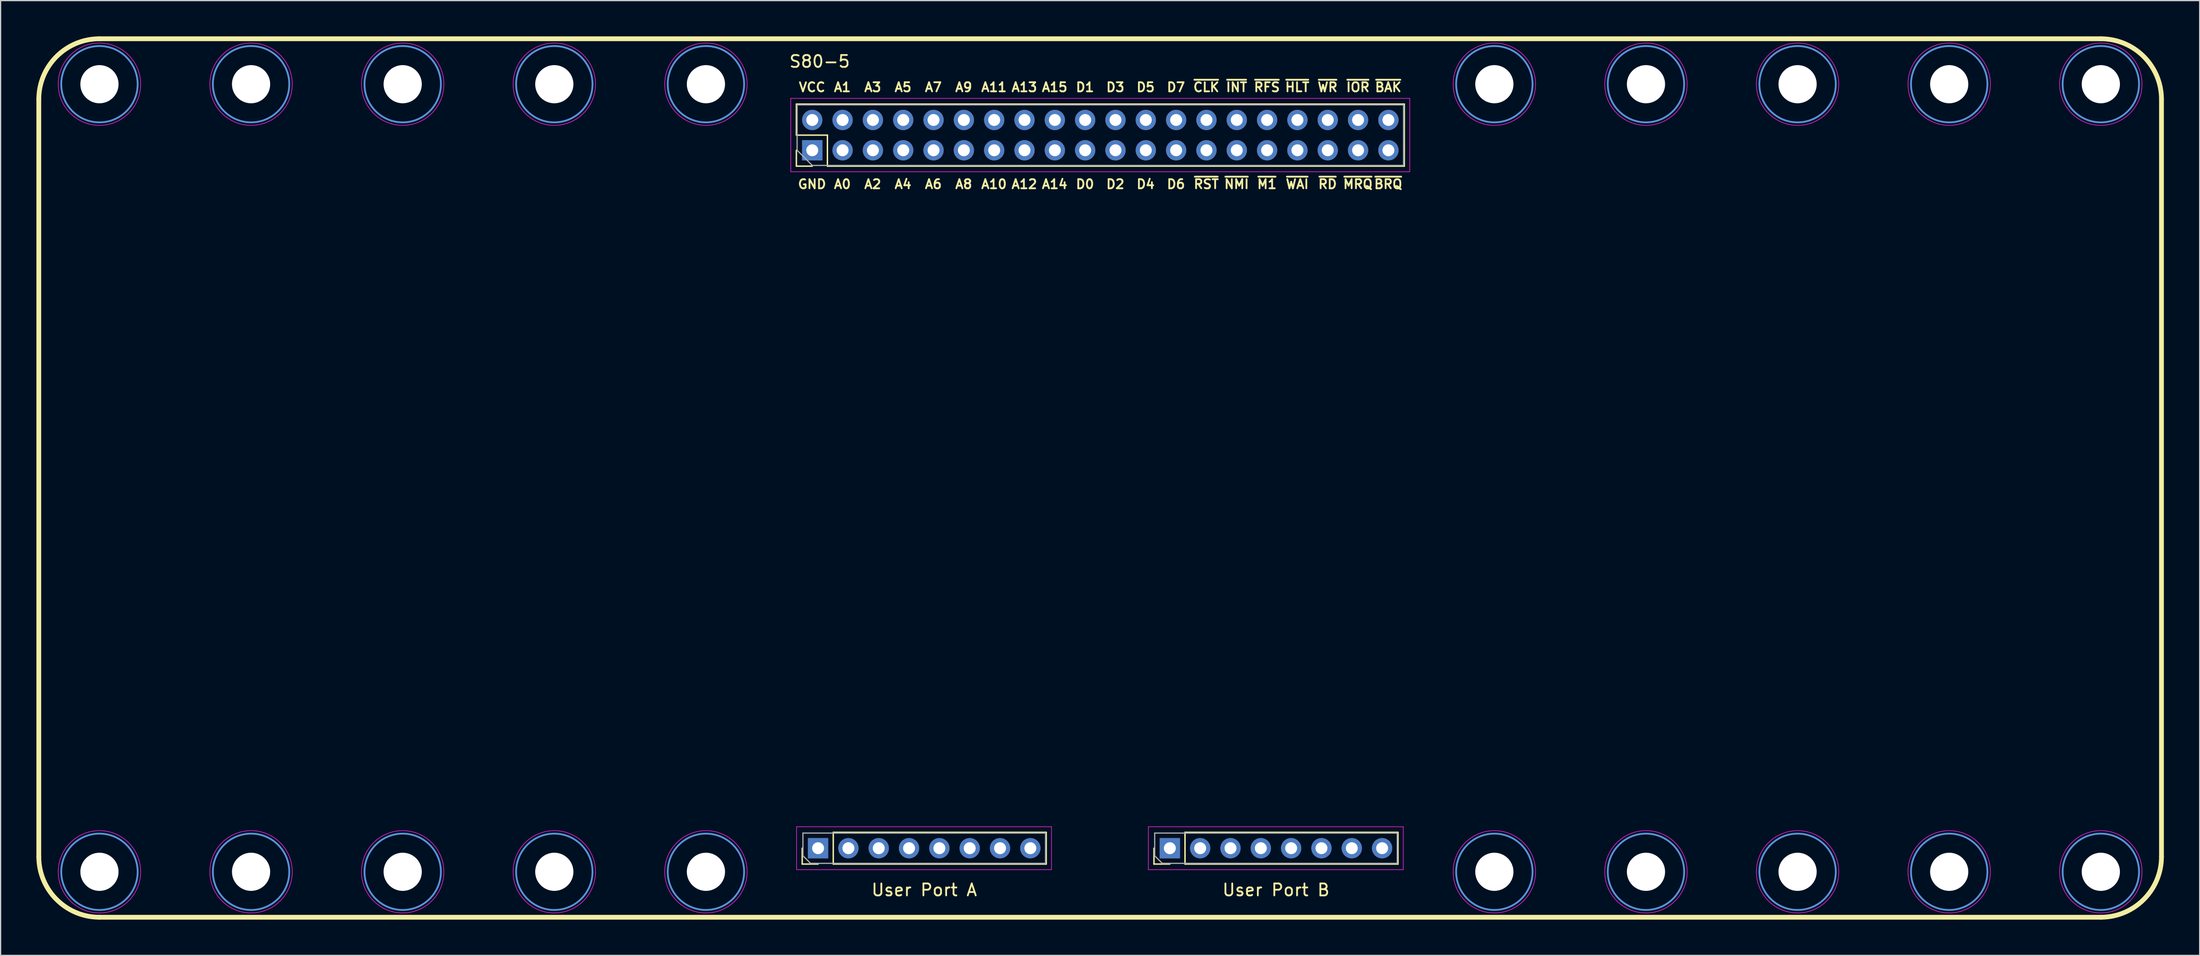
<source format=kicad_pcb>
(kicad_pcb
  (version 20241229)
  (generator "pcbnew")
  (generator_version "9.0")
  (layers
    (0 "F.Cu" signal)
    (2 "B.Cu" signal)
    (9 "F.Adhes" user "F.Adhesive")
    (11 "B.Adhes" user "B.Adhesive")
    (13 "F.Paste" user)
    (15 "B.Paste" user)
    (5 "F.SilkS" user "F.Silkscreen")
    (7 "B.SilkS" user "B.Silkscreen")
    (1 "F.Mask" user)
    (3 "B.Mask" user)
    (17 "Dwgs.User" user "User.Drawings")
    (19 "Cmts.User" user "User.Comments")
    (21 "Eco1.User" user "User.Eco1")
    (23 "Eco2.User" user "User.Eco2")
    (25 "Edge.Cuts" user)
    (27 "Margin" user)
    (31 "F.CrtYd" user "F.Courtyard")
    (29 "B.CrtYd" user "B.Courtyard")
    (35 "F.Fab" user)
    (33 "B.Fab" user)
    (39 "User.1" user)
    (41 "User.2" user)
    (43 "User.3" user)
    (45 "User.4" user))
  (footprint "S80-5"
    (layer "F.Cu")
    (at 89.1 37.03)
    (property "Reference" "S80-5" (at -23.495 -34.925 0) (layer "F.SilkS") (effects (font (size 1 1) (thickness 0.15))))
    (attr through_hole)
    (fp_line (start -88.9 -31.75) (end -88.9 31.75) (stroke (width 0.4) (type solid)) (layer "F.SilkS"))
    (fp_line (start -83.82 -36.83) (end 83.82 -36.83) (stroke (width 0.4) (type solid)) (layer "F.SilkS"))
    (fp_line (start -83.82 36.83) (end 83.82 36.83) (stroke (width 0.4) (type solid)) (layer "F.SilkS"))
    (fp_line (start -25.444 -31.35) (end 25.476 -31.35) (stroke (width 0.12) (type solid)) (layer "F.SilkS"))
    (fp_line (start -25.444 -28.75) (end -25.444 -31.35) (stroke (width 0.12) (type solid)) (layer "F.SilkS"))
    (fp_line (start -25.444 -26.15) (end -25.444 -27.48) (stroke (width 0.12) (type solid)) (layer "F.SilkS"))
    (fp_line (start -24.955 32.372) (end -24.955 31.042) (stroke (width 0.12) (type solid)) (layer "F.SilkS"))
    (fp_line (start -24.114 -26.15) (end -25.444 -26.15) (stroke (width 0.12) (type solid)) (layer "F.SilkS"))
    (fp_line (start -23.625 32.372) (end -24.955 32.372) (stroke (width 0.12) (type solid)) (layer "F.SilkS"))
    (fp_line (start -22.844 -28.75) (end -25.444 -28.75) (stroke (width 0.12) (type solid)) (layer "F.SilkS"))
    (fp_line (start -22.844 -26.15) (end -22.844 -28.75) (stroke (width 0.12) (type solid)) (layer "F.SilkS"))
    (fp_line (start -22.844 -26.15) (end 25.476 -26.15) (stroke (width 0.12) (type solid)) (layer "F.SilkS"))
    (fp_line (start -22.355 29.712) (end -4.515 29.712) (stroke (width 0.12) (type solid)) (layer "F.SilkS"))
    (fp_line (start -22.355 32.372) (end -22.355 29.712) (stroke (width 0.12) (type solid)) (layer "F.SilkS"))
    (fp_line (start -22.355 32.372) (end -4.515 32.372) (stroke (width 0.12) (type solid)) (layer "F.SilkS"))
    (fp_line (start -4.515 32.372) (end -4.515 29.712) (stroke (width 0.12) (type solid)) (layer "F.SilkS"))
    (fp_line (start 4.509 32.372) (end 4.509 31.042) (stroke (width 0.12) (type solid)) (layer "F.SilkS"))
    (fp_line (start 5.839 32.372) (end 4.509 32.372) (stroke (width 0.12) (type solid)) (layer "F.SilkS"))
    (fp_line (start 7.109 29.712) (end 24.949 29.712) (stroke (width 0.12) (type solid)) (layer "F.SilkS"))
    (fp_line (start 7.109 32.372) (end 7.109 29.712) (stroke (width 0.12) (type solid)) (layer "F.SilkS"))
    (fp_line (start 7.109 32.372) (end 24.949 32.372) (stroke (width 0.12) (type solid)) (layer "F.SilkS"))
    (fp_line (start 24.949 32.372) (end 24.949 29.712) (stroke (width 0.12) (type solid)) (layer "F.SilkS"))
    (fp_line (start 25.476 -26.15) (end 25.476 -31.35) (stroke (width 0.12) (type solid)) (layer "F.SilkS"))
    (fp_line (start 88.9 -31.75) (end 88.9 31.75) (stroke (width 0.4) (type solid)) (layer "F.SilkS"))
    (fp_arc (start -88.9 -31.75) (mid -87.412102 -35.342102) (end -83.82 -36.83) (stroke (width 0.4) (type solid)) (layer "F.SilkS"))
    (fp_arc (start -83.82 36.83) (mid -87.412102 35.342102) (end -88.9 31.75) (stroke (width 0.4) (type solid)) (layer "F.SilkS"))
    (fp_arc (start 83.82 -36.83) (mid 87.412102 -35.342102) (end 88.9 -31.75) (stroke (width 0.4) (type solid)) (layer "F.SilkS"))
    (fp_arc (start 88.9 31.75) (mid 87.412102 35.342102) (end 83.82 36.83) (stroke (width 0.4) (type solid)) (layer "F.SilkS"))
    (fp_circle (center -83.82 -33.02) (end -80.62 -33.02) (stroke (width 0.15) (type solid)) (fill no) (layer "Cmts.User"))
    (fp_circle (center -83.82 33.02) (end -80.62 33.02) (stroke (width 0.15) (type solid)) (fill no) (layer "Cmts.User"))
    (fp_circle (center -71.12 -33.02) (end -67.92 -33.02) (stroke (width 0.15) (type solid)) (fill no) (layer "Cmts.User"))
    (fp_circle (center -71.12 33.02) (end -67.92 33.02) (stroke (width 0.15) (type solid)) (fill no) (layer "Cmts.User"))
    (fp_circle (center -58.42 -33.02) (end -55.22 -33.02) (stroke (width 0.15) (type solid)) (fill no) (layer "Cmts.User"))
    (fp_circle (center -58.42 33.02) (end -55.22 33.02) (stroke (width 0.15) (type solid)) (fill no) (layer "Cmts.User"))
    (fp_circle (center -45.72 -33.02) (end -42.52 -33.02) (stroke (width 0.15) (type solid)) (fill no) (layer "Cmts.User"))
    (fp_circle (center -45.72 33.02) (end -42.52 33.02) (stroke (width 0.15) (type solid)) (fill no) (layer "Cmts.User"))
    (fp_circle (center -33.02 -33.02) (end -29.82 -33.02) (stroke (width 0.15) (type solid)) (fill no) (layer "Cmts.User"))
    (fp_circle (center -33.02 33.02) (end -29.82 33.02) (stroke (width 0.15) (type solid)) (fill no) (layer "Cmts.User"))
    (fp_circle (center 33.02 -33.02) (end 36.22 -33.02) (stroke (width 0.15) (type solid)) (fill no) (layer "Cmts.User"))
    (fp_circle (center 33.02 33.02) (end 36.22 33.02) (stroke (width 0.15) (type solid)) (fill no) (layer "Cmts.User"))
    (fp_circle (center 45.72 -33.02) (end 48.92 -33.02) (stroke (width 0.15) (type solid)) (fill no) (layer "Cmts.User"))
    (fp_circle (center 45.72 33.02) (end 48.92 33.02) (stroke (width 0.15) (type solid)) (fill no) (layer "Cmts.User"))
    (fp_circle (center 58.42 -33.02) (end 61.62 -33.02) (stroke (width 0.15) (type solid)) (fill no) (layer "Cmts.User"))
    (fp_circle (center 58.42 33.02) (end 61.62 33.02) (stroke (width 0.15) (type solid)) (fill no) (layer "Cmts.User"))
    (fp_circle (center 71.12 -33.02) (end 74.32 -33.02) (stroke (width 0.15) (type solid)) (fill no) (layer "Cmts.User"))
    (fp_circle (center 71.12 33.02) (end 74.32 33.02) (stroke (width 0.15) (type solid)) (fill no) (layer "Cmts.User"))
    (fp_circle (center 83.82 -33.02) (end 87.02 -33.02) (stroke (width 0.15) (type solid)) (fill no) (layer "Cmts.User"))
    (fp_circle (center 83.82 33.02) (end 87.02 33.02) (stroke (width 0.15) (type solid)) (fill no) (layer "Cmts.User"))
    (fp_line (start -25.914 -31.83) (end -25.914 -25.68) (stroke (width 0.05) (type solid)) (layer "F.CrtYd"))
    (fp_line (start -25.914 -25.68) (end 25.936 -25.68) (stroke (width 0.05) (type solid)) (layer "F.CrtYd"))
    (fp_line (start -25.425 29.242) (end -25.425 32.842) (stroke (width 0.05) (type solid)) (layer "F.CrtYd"))
    (fp_line (start -25.425 32.842) (end -4.075 32.842) (stroke (width 0.05) (type solid)) (layer "F.CrtYd"))
    (fp_line (start -4.075 29.242) (end -25.425 29.242) (stroke (width 0.05) (type solid)) (layer "F.CrtYd"))
    (fp_line (start -4.075 32.842) (end -4.075 29.242) (stroke (width 0.05) (type solid)) (layer "F.CrtYd"))
    (fp_line (start 4.039 29.242) (end 4.039 32.842) (stroke (width 0.05) (type solid)) (layer "F.CrtYd"))
    (fp_line (start 4.039 32.842) (end 25.389 32.842) (stroke (width 0.05) (type solid)) (layer "F.CrtYd"))
    (fp_line (start 25.389 29.242) (end 4.039 29.242) (stroke (width 0.05) (type solid)) (layer "F.CrtYd"))
    (fp_line (start 25.389 32.842) (end 25.389 29.242) (stroke (width 0.05) (type solid)) (layer "F.CrtYd"))
    (fp_line (start 25.936 -31.83) (end -25.914 -31.83) (stroke (width 0.05) (type solid)) (layer "F.CrtYd"))
    (fp_line (start 25.936 -25.68) (end 25.936 -31.83) (stroke (width 0.05) (type solid)) (layer "F.CrtYd"))
    (fp_circle (center -83.82 -33.02) (end -80.37 -33.02) (stroke (width 0.05) (type solid)) (fill no) (layer "F.CrtYd"))
    (fp_circle (center -83.82 33.02) (end -80.37 33.02) (stroke (width 0.05) (type solid)) (fill no) (layer "F.CrtYd"))
    (fp_circle (center -71.12 -33.02) (end -67.67 -33.02) (stroke (width 0.05) (type solid)) (fill no) (layer "F.CrtYd"))
    (fp_circle (center -71.12 33.02) (end -67.67 33.02) (stroke (width 0.05) (type solid)) (fill no) (layer "F.CrtYd"))
    (fp_circle (center -58.42 -33.02) (end -54.97 -33.02) (stroke (width 0.05) (type solid)) (fill no) (layer "F.CrtYd"))
    (fp_circle (center -58.42 33.02) (end -54.97 33.02) (stroke (width 0.05) (type solid)) (fill no) (layer "F.CrtYd"))
    (fp_circle (center -45.72 -33.02) (end -42.27 -33.02) (stroke (width 0.05) (type solid)) (fill no) (layer "F.CrtYd"))
    (fp_circle (center -45.72 33.02) (end -42.27 33.02) (stroke (width 0.05) (type solid)) (fill no) (layer "F.CrtYd"))
    (fp_circle (center -33.02 -33.02) (end -29.57 -33.02) (stroke (width 0.05) (type solid)) (fill no) (layer "F.CrtYd"))
    (fp_circle (center -33.02 33.02) (end -29.57 33.02) (stroke (width 0.05) (type solid)) (fill no) (layer "F.CrtYd"))
    (fp_circle (center 33.02 -33.02) (end 36.47 -33.02) (stroke (width 0.05) (type solid)) (fill no) (layer "F.CrtYd"))
    (fp_circle (center 33.02 33.02) (end 36.47 33.02) (stroke (width 0.05) (type solid)) (fill no) (layer "F.CrtYd"))
    (fp_circle (center 45.72 -33.02) (end 49.17 -33.02) (stroke (width 0.05) (type solid)) (fill no) (layer "F.CrtYd"))
    (fp_circle (center 45.72 33.02) (end 49.17 33.02) (stroke (width 0.05) (type solid)) (fill no) (layer "F.CrtYd"))
    (fp_circle (center 58.42 -33.02) (end 61.87 -33.02) (stroke (width 0.05) (type solid)) (fill no) (layer "F.CrtYd"))
    (fp_circle (center 58.42 33.02) (end 61.87 33.02) (stroke (width 0.05) (type solid)) (fill no) (layer "F.CrtYd"))
    (fp_circle (center 71.12 -33.02) (end 74.57 -33.02) (stroke (width 0.05) (type solid)) (fill no) (layer "F.CrtYd"))
    (fp_circle (center 71.12 33.02) (end 74.57 33.02) (stroke (width 0.05) (type solid)) (fill no) (layer "F.CrtYd"))
    (fp_circle (center 83.82 -33.02) (end 87.27 -33.02) (stroke (width 0.05) (type solid)) (fill no) (layer "F.CrtYd"))
    (fp_circle (center 83.82 33.02) (end 87.27 33.02) (stroke (width 0.05) (type solid)) (fill no) (layer "F.CrtYd"))
    (fp_line (start -25.384 -31.29) (end 25.416 -31.29) (stroke (width 0.1) (type solid)) (layer "F.Fab"))
    (fp_line (start -25.384 -27.48) (end -25.384 -31.29) (stroke (width 0.1) (type solid)) (layer "F.Fab"))
    (fp_line (start -24.895 29.772) (end -4.575 29.772) (stroke (width 0.1) (type solid)) (layer "F.Fab"))
    (fp_line (start -24.895 31.677) (end -24.895 29.772) (stroke (width 0.1) (type solid)) (layer "F.Fab"))
    (fp_line (start -24.26 32.312) (end -24.895 31.677) (stroke (width 0.1) (type solid)) (layer "F.Fab"))
    (fp_line (start -24.114 -26.21) (end -25.384 -27.48) (stroke (width 0.1) (type solid)) (layer "F.Fab"))
    (fp_line (start -4.575 29.772) (end -4.575 32.312) (stroke (width 0.1) (type solid)) (layer "F.Fab"))
    (fp_line (start -4.575 32.312) (end -24.26 32.312) (stroke (width 0.1) (type solid)) (layer "F.Fab"))
    (fp_line (start 4.569 29.772) (end 24.889 29.772) (stroke (width 0.1) (type solid)) (layer "F.Fab"))
    (fp_line (start 4.569 31.677) (end 4.569 29.772) (stroke (width 0.1) (type solid)) (layer "F.Fab"))
    (fp_line (start 5.204 32.312) (end 4.569 31.677) (stroke (width 0.1) (type solid)) (layer "F.Fab"))
    (fp_line (start 24.889 29.772) (end 24.889 32.312) (stroke (width 0.1) (type solid)) (layer "F.Fab"))
    (fp_line (start 24.889 32.312) (end 5.204 32.312) (stroke (width 0.1) (type solid)) (layer "F.Fab"))
    (fp_line (start 25.416 -31.29) (end 25.416 -26.21) (stroke (width 0.1) (type solid)) (layer "F.Fab"))
    (fp_line (start 25.416 -26.21) (end -24.114 -26.21) (stroke (width 0.1) (type solid)) (layer "F.Fab"))
    (fp_text user "~{BRQ}" (at 24.13 -24.638 0) (layer "F.SilkS") (effects (font (size 0.762 0.762) (thickness 0.15))))
    (fp_text user "D7" (at 6.35 -32.766 0) (layer "F.SilkS") (effects (font (size 0.762 0.762) (thickness 0.15))))
    (fp_text user "~{RST}" (at 8.89 -24.638 0) (layer "F.SilkS") (effects (font (size 0.762 0.762) (thickness 0.15))))
    (fp_text user "A9" (at -11.43 -32.766 0) (layer "F.SilkS") (effects (font (size 0.762 0.762) (thickness 0.15))))
    (fp_text user "A1" (at -21.59 -32.766 0) (layer "F.SilkS") (effects (font (size 0.762 0.762) (thickness 0.15))))
    (fp_text user "GND" (at -24.13 -24.638 0) (layer "F.SilkS") (effects (font (size 0.762 0.762) (thickness 0.15))))
    (fp_text user "A8" (at -11.43 -24.638 0) (layer "F.SilkS") (effects (font (size 0.762 0.762) (thickness 0.15))))
    (fp_text user "D6" (at 6.35 -24.638 0) (layer "F.SilkS") (effects (font (size 0.762 0.762) (thickness 0.15))))
    (fp_text user "~{MRQ}" (at 21.59 -24.638 0) (layer "F.SilkS") (effects (font (size 0.762 0.762) (thickness 0.15))))
    (fp_text user "~{WAI}" (at 16.51 -24.638 0) (layer "F.SilkS") (effects (font (size 0.762 0.762) (thickness 0.15))))
    (fp_text user "~{BAK}" (at 24.13 -32.766 0) (layer "F.SilkS") (effects (font (size 0.762 0.762) (thickness 0.15))))
    (fp_text user "~{RD}" (at 19.05 -24.638 0) (layer "F.SilkS") (effects (font (size 0.762 0.762) (thickness 0.15))))
    (fp_text user "A7" (at -13.97 -32.766 0) (layer "F.SilkS") (effects (font (size 0.762 0.762) (thickness 0.15))))
    (fp_text user "A5" (at -16.51 -32.766 0) (layer "F.SilkS") (effects (font (size 0.762 0.762) (thickness 0.15))))
    (fp_text user "~{M1}" (at 13.97 -24.638 0) (layer "F.SilkS") (effects (font (size 0.762 0.762) (thickness 0.15))))
    (fp_text user "D4" (at 3.81 -24.638 0) (layer "F.SilkS") (effects (font (size 0.762 0.762) (thickness 0.15))))
    (fp_text user "A12" (at -6.35 -24.638 0) (layer "F.SilkS") (effects (font (size 0.762 0.762) (thickness 0.15))))
    (fp_text user "D2" (at 1.27 -24.638 0) (layer "F.SilkS") (effects (font (size 0.762 0.762) (thickness 0.15))))
    (fp_text user "User Port B" (at 14.732 34.544 0) (layer "F.SilkS") (effects (font (size 1 1) (thickness 0.15))))
    (fp_text user "~{IOR}" (at 21.59 -32.766 0) (layer "F.SilkS") (effects (font (size 0.762 0.762) (thickness 0.15))))
    (fp_text user "A15" (at -3.81 -32.766 0) (layer "F.SilkS") (effects (font (size 0.762 0.762) (thickness 0.15))))
    (fp_text user "A3" (at -19.05 -32.766 0) (layer "F.SilkS") (effects (font (size 0.762 0.762) (thickness 0.15))))
    (fp_text user "~{CLK}" (at 8.89 -32.766 0) (layer "F.SilkS") (effects (font (size 0.762 0.762) (thickness 0.15))))
    (fp_text user "D0" (at -1.27 -24.638 0) (layer "F.SilkS") (effects (font (size 0.762 0.762) (thickness 0.15))))
    (fp_text user "D1" (at -1.27 -32.766 0) (layer "F.SilkS") (effects (font (size 0.762 0.762) (thickness 0.15))))
    (fp_text user "A11" (at -8.89 -32.766 0) (layer "F.SilkS") (effects (font (size 0.762 0.762) (thickness 0.15))))
    (fp_text user "VCC" (at -24.13 -32.766 0) (layer "F.SilkS") (effects (font (size 0.762 0.762) (thickness 0.15))))
    (fp_text user "A10" (at -8.89 -24.638 0) (layer "F.SilkS") (effects (font (size 0.762 0.762) (thickness 0.15))))
    (fp_text user "A4" (at -16.51 -24.638 0) (layer "F.SilkS") (effects (font (size 0.762 0.762) (thickness 0.15))))
    (fp_text user "~{HLT}" (at 16.51 -32.766 0) (layer "F.SilkS") (effects (font (size 0.762 0.762) (thickness 0.15))))
    (fp_text user "~{NMI}" (at 11.43 -24.638 0) (layer "F.SilkS") (effects (font (size 0.762 0.762) (thickness 0.15))))
    (fp_text user "~{WR}" (at 19.05 -32.766 0) (layer "F.SilkS") (effects (font (size 0.762 0.762) (thickness 0.15))))
    (fp_text user "User Port A" (at -14.732 34.544 0) (layer "F.SilkS") (effects (font (size 1 1) (thickness 0.15))))
    (fp_text user "~{INT}" (at 11.43 -32.766 0) (layer "F.SilkS") (effects (font (size 0.762 0.762) (thickness 0.15))))
    (fp_text user "~{RFS}" (at 13.97 -32.766 0) (layer "F.SilkS") (effects (font (size 0.762 0.762) (thickness 0.15))))
    (fp_text user "A14" (at -3.81 -24.638 0) (layer "F.SilkS") (effects (font (size 0.762 0.762) (thickness 0.15))))
    (fp_text user "D5" (at 3.81 -32.766 0) (layer "F.SilkS") (effects (font (size 0.762 0.762) (thickness 0.15))))
    (fp_text user "A0" (at -21.59 -24.638 0) (layer "F.SilkS") (effects (font (size 0.762 0.762) (thickness 0.15))))
    (fp_text user "A6" (at -13.97 -24.638 0) (layer "F.SilkS") (effects (font (size 0.762 0.762) (thickness 0.15))))
    (fp_text user "D3" (at 1.27 -32.766 0) (layer "F.SilkS") (effects (font (size 0.762 0.762) (thickness 0.15))))
    (fp_text user "A2" (at -19.05 -24.638 0) (layer "F.SilkS") (effects (font (size 0.762 0.762) (thickness 0.15))))
    (fp_text user "A13" (at -6.35 -32.766 0) (layer "F.SilkS") (effects (font (size 0.762 0.762) (thickness 0.15))))
    (pad "" np_thru_hole circle (at -83.82 -33.02) (size 3.2 3.2) (drill 3.2) (layers "*.Cu" "*.Mask"))
    (pad "" np_thru_hole circle (at -83.82 33.02) (size 3.2 3.2) (drill 3.2) (layers "*.Cu" "*.Mask"))
    (pad "" np_thru_hole circle (at -71.12 -33.02) (size 3.2 3.2) (drill 3.2) (layers "*.Cu" "*.Mask"))
    (pad "" np_thru_hole circle (at -71.12 33.02) (size 3.2 3.2) (drill 3.2) (layers "*.Cu" "*.Mask"))
    (pad "" np_thru_hole circle (at -58.42 -33.02) (size 3.2 3.2) (drill 3.2) (layers "*.Cu" "*.Mask"))
    (pad "" np_thru_hole circle (at -58.42 33.02) (size 3.2 3.2) (drill 3.2) (layers "*.Cu" "*.Mask"))
    (pad "" np_thru_hole circle (at -45.72 -33.02) (size 3.2 3.2) (drill 3.2) (layers "*.Cu" "*.Mask"))
    (pad "" np_thru_hole circle (at -45.72 33.02) (size 3.2 3.2) (drill 3.2) (layers "*.Cu" "*.Mask"))
    (pad "" np_thru_hole circle (at -33.02 -33.02) (size 3.2 3.2) (drill 3.2) (layers "*.Cu" "*.Mask"))
    (pad "" np_thru_hole circle (at -33.02 33.02) (size 3.2 3.2) (drill 3.2) (layers "*.Cu" "*.Mask"))
    (pad "" np_thru_hole circle (at 33.02 -33.02) (size 3.2 3.2) (drill 3.2) (layers "*.Cu" "*.Mask"))
    (pad "" np_thru_hole circle (at 33.02 33.02) (size 3.2 3.2) (drill 3.2) (layers "*.Cu" "*.Mask"))
    (pad "" np_thru_hole circle (at 45.72 -33.02) (size 3.2 3.2) (drill 3.2) (layers "*.Cu" "*.Mask"))
    (pad "" np_thru_hole circle (at 45.72 33.02) (size 3.2 3.2) (drill 3.2) (layers "*.Cu" "*.Mask"))
    (pad "" np_thru_hole circle (at 58.42 -33.02) (size 3.2 3.2) (drill 3.2) (layers "*.Cu" "*.Mask"))
    (pad "" np_thru_hole circle (at 58.42 33.02) (size 3.2 3.2) (drill 3.2) (layers "*.Cu" "*.Mask"))
    (pad "" np_thru_hole circle (at 71.12 -33.02) (size 3.2 3.2) (drill 3.2) (layers "*.Cu" "*.Mask"))
    (pad "" np_thru_hole circle (at 71.12 33.02) (size 3.2 3.2) (drill 3.2) (layers "*.Cu" "*.Mask"))
    (pad "" np_thru_hole circle (at 83.82 -33.02) (size 3.2 3.2) (drill 3.2) (layers "*.Cu" "*.Mask"))
    (pad "" np_thru_hole circle (at 83.82 33.02) (size 3.2 3.2) (drill 3.2) (layers "*.Cu" "*.Mask"))
    (pad "1" thru_hole rect (at -24.114 -27.48 90) (size 1.7 1.7) (drill 1) (layers "*.Cu" "*.Mask"))
    (pad "2" thru_hole oval (at -24.114 -30.02 90) (size 1.7 1.7) (drill 1) (layers "*.Cu" "*.Mask"))
    (pad "3" thru_hole oval (at -21.574 -27.48 90) (size 1.7 1.7) (drill 1) (layers "*.Cu" "*.Mask"))
    (pad "4" thru_hole oval (at -21.574 -30.02 90) (size 1.7 1.7) (drill 1) (layers "*.Cu" "*.Mask"))
    (pad "5" thru_hole oval (at -19.034 -27.48 90) (size 1.7 1.7) (drill 1) (layers "*.Cu" "*.Mask"))
    (pad "6" thru_hole oval (at -19.034 -30.02 90) (size 1.7 1.7) (drill 1) (layers "*.Cu" "*.Mask"))
    (pad "7" thru_hole oval (at -16.494 -27.48 90) (size 1.7 1.7) (drill 1) (layers "*.Cu" "*.Mask"))
    (pad "8" thru_hole oval (at -16.494 -30.02 90) (size 1.7 1.7) (drill 1) (layers "*.Cu" "*.Mask"))
    (pad "9" thru_hole oval (at -13.954 -27.48 90) (size 1.7 1.7) (drill 1) (layers "*.Cu" "*.Mask"))
    (pad "10" thru_hole oval (at -13.954 -30.02 90) (size 1.7 1.7) (drill 1) (layers "*.Cu" "*.Mask"))
    (pad "11" thru_hole oval (at -11.414 -27.48 90) (size 1.7 1.7) (drill 1) (layers "*.Cu" "*.Mask"))
    (pad "12" thru_hole oval (at -11.414 -30.02 90) (size 1.7 1.7) (drill 1) (layers "*.Cu" "*.Mask"))
    (pad "13" thru_hole oval (at -8.874 -27.48 90) (size 1.7 1.7) (drill 1) (layers "*.Cu" "*.Mask"))
    (pad "14" thru_hole oval (at -8.874 -30.02 90) (size 1.7 1.7) (drill 1) (layers "*.Cu" "*.Mask"))
    (pad "15" thru_hole oval (at -6.334 -27.48 90) (size 1.7 1.7) (drill 1) (layers "*.Cu" "*.Mask"))
    (pad "16" thru_hole oval (at -6.334 -30.02 90) (size 1.7 1.7) (drill 1) (layers "*.Cu" "*.Mask"))
    (pad "17" thru_hole oval (at -3.794 -27.48 90) (size 1.7 1.7) (drill 1) (layers "*.Cu" "*.Mask"))
    (pad "18" thru_hole oval (at -3.794 -30.02 90) (size 1.7 1.7) (drill 1) (layers "*.Cu" "*.Mask"))
    (pad "19" thru_hole oval (at -1.254 -27.48 90) (size 1.7 1.7) (drill 1) (layers "*.Cu" "*.Mask"))
    (pad "20" thru_hole oval (at -1.254 -30.02 90) (size 1.7 1.7) (drill 1) (layers "*.Cu" "*.Mask"))
    (pad "21" thru_hole oval (at 1.286 -27.48 90) (size 1.7 1.7) (drill 1) (layers "*.Cu" "*.Mask"))
    (pad "22" thru_hole oval (at 1.286 -30.02 90) (size 1.7 1.7) (drill 1) (layers "*.Cu" "*.Mask"))
    (pad "23" thru_hole oval (at 3.826 -27.48 90) (size 1.7 1.7) (drill 1) (layers "*.Cu" "*.Mask"))
    (pad "24" thru_hole oval (at 3.826 -30.02 90) (size 1.7 1.7) (drill 1) (layers "*.Cu" "*.Mask"))
    (pad "25" thru_hole oval (at 6.366 -27.48 90) (size 1.7 1.7) (drill 1) (layers "*.Cu" "*.Mask"))
    (pad "26" thru_hole oval (at 6.366 -30.02 90) (size 1.7 1.7) (drill 1) (layers "*.Cu" "*.Mask"))
    (pad "27" thru_hole oval (at 8.906 -27.48 90) (size 1.7 1.7) (drill 1) (layers "*.Cu" "*.Mask"))
    (pad "28" thru_hole oval (at 8.906 -30.02 90) (size 1.7 1.7) (drill 1) (layers "*.Cu" "*.Mask"))
    (pad "29" thru_hole oval (at 11.446 -27.48 90) (size 1.7 1.7) (drill 1) (layers "*.Cu" "*.Mask"))
    (pad "30" thru_hole oval (at 11.446 -30.02 90) (size 1.7 1.7) (drill 1) (layers "*.Cu" "*.Mask"))
    (pad "31" thru_hole oval (at 13.986 -27.48 90) (size 1.7 1.7) (drill 1) (layers "*.Cu" "*.Mask"))
    (pad "32" thru_hole oval (at 13.986 -30.02 90) (size 1.7 1.7) (drill 1) (layers "*.Cu" "*.Mask"))
    (pad "33" thru_hole oval (at 16.526 -27.48 90) (size 1.7 1.7) (drill 1) (layers "*.Cu" "*.Mask"))
    (pad "34" thru_hole oval (at 16.526 -30.02 90) (size 1.7 1.7) (drill 1) (layers "*.Cu" "*.Mask"))
    (pad "35" thru_hole oval (at 19.066 -27.48 90) (size 1.7 1.7) (drill 1) (layers "*.Cu" "*.Mask"))
    (pad "36" thru_hole oval (at 19.066 -30.02 90) (size 1.7 1.7) (drill 1) (layers "*.Cu" "*.Mask"))
    (pad "37" thru_hole oval (at 21.606 -27.48 90) (size 1.7 1.7) (drill 1) (layers "*.Cu" "*.Mask"))
    (pad "38" thru_hole oval (at 21.606 -30.02 90) (size 1.7 1.7) (drill 1) (layers "*.Cu" "*.Mask"))
    (pad "39" thru_hole oval (at 24.146 -27.48 90) (size 1.7 1.7) (drill 1) (layers "*.Cu" "*.Mask"))
    (pad "40" thru_hole oval (at 24.146 -30.02 90) (size 1.7 1.7) (drill 1) (layers "*.Cu" "*.Mask"))
    (pad "41" thru_hole rect (at -23.625 31.042 90) (size 1.7 1.7) (drill 1) (layers "*.Cu" "*.Mask"))
    (pad "42" thru_hole oval (at -21.085 31.042 90) (size 1.7 1.7) (drill 1) (layers "*.Cu" "*.Mask"))
    (pad "43" thru_hole oval (at -18.545 31.042 90) (size 1.7 1.7) (drill 1) (layers "*.Cu" "*.Mask"))
    (pad "44" thru_hole oval (at -16.005 31.042 90) (size 1.7 1.7) (drill 1) (layers "*.Cu" "*.Mask"))
    (pad "45" thru_hole oval (at -13.465 31.042 90) (size 1.7 1.7) (drill 1) (layers "*.Cu" "*.Mask"))
    (pad "46" thru_hole oval (at -10.925 31.042 90) (size 1.7 1.7) (drill 1) (layers "*.Cu" "*.Mask"))
    (pad "47" thru_hole oval (at -8.385 31.042 90) (size 1.7 1.7) (drill 1) (layers "*.Cu" "*.Mask"))
    (pad "48" thru_hole oval (at -5.845 31.042 90) (size 1.7 1.7) (drill 1) (layers "*.Cu" "*.Mask"))
    (pad "49" thru_hole rect (at 5.839 31.042 90) (size 1.7 1.7) (drill 1) (layers "*.Cu" "*.Mask"))
    (pad "50" thru_hole oval (at 8.379 31.042 90) (size 1.7 1.7) (drill 1) (layers "*.Cu" "*.Mask"))
    (pad "51" thru_hole oval (at 10.919 31.042 90) (size 1.7 1.7) (drill 1) (layers "*.Cu" "*.Mask"))
    (pad "52" thru_hole oval (at 13.459 31.042 90) (size 1.7 1.7) (drill 1) (layers "*.Cu" "*.Mask"))
    (pad "53" thru_hole oval (at 15.999 31.042 90) (size 1.7 1.7) (drill 1) (layers "*.Cu" "*.Mask"))
    (pad "54" thru_hole oval (at 18.539 31.042 90) (size 1.7 1.7) (drill 1) (layers "*.Cu" "*.Mask"))
    (pad "55" thru_hole oval (at 21.079 31.042 90) (size 1.7 1.7) (drill 1) (layers "*.Cu" "*.Mask"))
    (pad "56" thru_hole oval (at 23.619 31.042 90) (size 1.7 1.7) (drill 1) (layers "*.Cu" "*.Mask")))
  (gr_rect
    (start -3 -3)
    (end 181.2 77.06)
    (stroke (width 0.1) (type default))
    (fill no)
    (layer "Edge.Cuts")))
</source>
